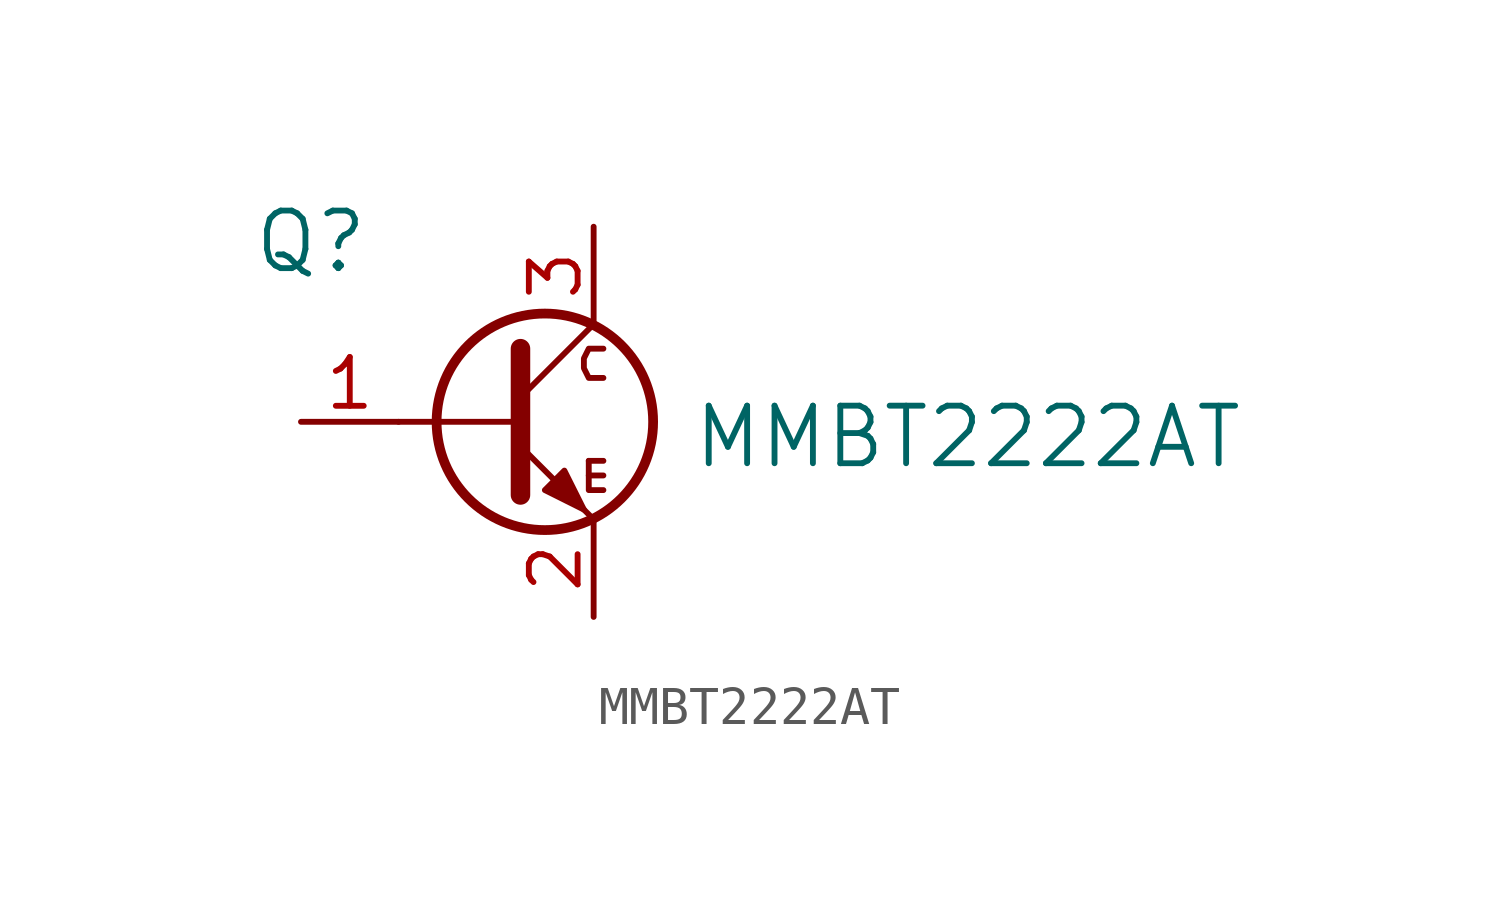
<source format=kicad_sym>
(kicad_symbol_lib
  (version 20211014)
  (generator kicad_symbol_editor)
  (symbol "MMBT2222AT"
    (pin_names
      (offset 1.016) hide)
    (property "Reference" "Q"
      (at -8.89 3.81 0)
      (effects (font (size 1.499 1.499)) (justify left bottom)))
    (property "Value" "MMBT2222AT"
      (at 2.54 -1.27 0)
      (effects (font (size 1.499 1.499)) (justify left bottom)))
    (symbol "MMBT2222AT_0_1"
      (polyline (pts (xy -5.08 0) (xy -1.905 0)) (stroke (width 0) (type default) (color 0 0 0 0)) (fill (type none)))
      (polyline (pts (xy -0.127 -1.397) (xy 0.254 -1.397)) (stroke (width 0) (type default) (color 0 0 0 0)) (fill (type none)))
      (polyline (pts (xy -0.127 -1.016) (xy 0.254 -1.016)) (stroke (width 0) (type default) (color 0 0 0 0)) (fill (type none)))
      (polyline (pts (xy -0.127 -1.016) (xy -0.127 -1.778) (xy 0.254 -1.778)) (stroke (width 0) (type default) (color 0 0 0 0)) (fill (type none)))
      (polyline (pts (xy 0.254 1.905) (xy -0.127 1.905) (xy -0.254 1.651) (xy -0.254 1.397) (xy -0.127 1.143) (xy 0.254 1.143)) (stroke (width 0) (type default) (color 0 0 0 0)) (fill (type none))))
    (symbol "MMBT2222AT_1_1"
      (circle (center -1.27 0) (radius 2.819) (stroke (width 0.254) (type default) (color 0 0 0 0)) (fill (type none)))
      (polyline (pts (xy -1.905 0.635) (xy 0 2.54)) (stroke (width 0) (type default) (color 0 0 0 0)) (fill (type none)))
      (polyline (pts (xy -1.905 -0.635) (xy 0 -2.54) (xy 0 -2.54)) (stroke (width 0) (type default) (color 0 0 0 0)) (fill (type none)))
      (polyline (pts (xy -1.905 1.905) (xy -1.905 -1.905) (xy -1.905 -1.905)) (stroke (width 0.508) (type default) (color 0 0 0 0)) (fill (type none)))
      (polyline (pts (xy -1.27 -1.778) (xy -0.762 -1.27) (xy -0.254 -2.286) (xy -1.27 -1.778) (xy -1.27 -1.778)) (stroke (width 0) (type default) (color 0 0 0 0)) (fill (type outline)))
      (pin input line (at -7.62 0 0) (length 2.54) (name "B" (effects (font (size 1.27 1.27)))) (number "1" (effects (font (size 1.27 1.27)))))
      (pin passive line (at 0 -5.08 90) (length 2.54) (name "E" (effects (font (size 1.27 1.27)))) (number "2" (effects (font (size 1.27 1.27)))))
      (pin passive line (at 0 5.08 270) (length 2.54) (name "C" (effects (font (size 1.27 1.27)))) (number "3" (effects (font (size 1.27 1.27))))))))
</source>
